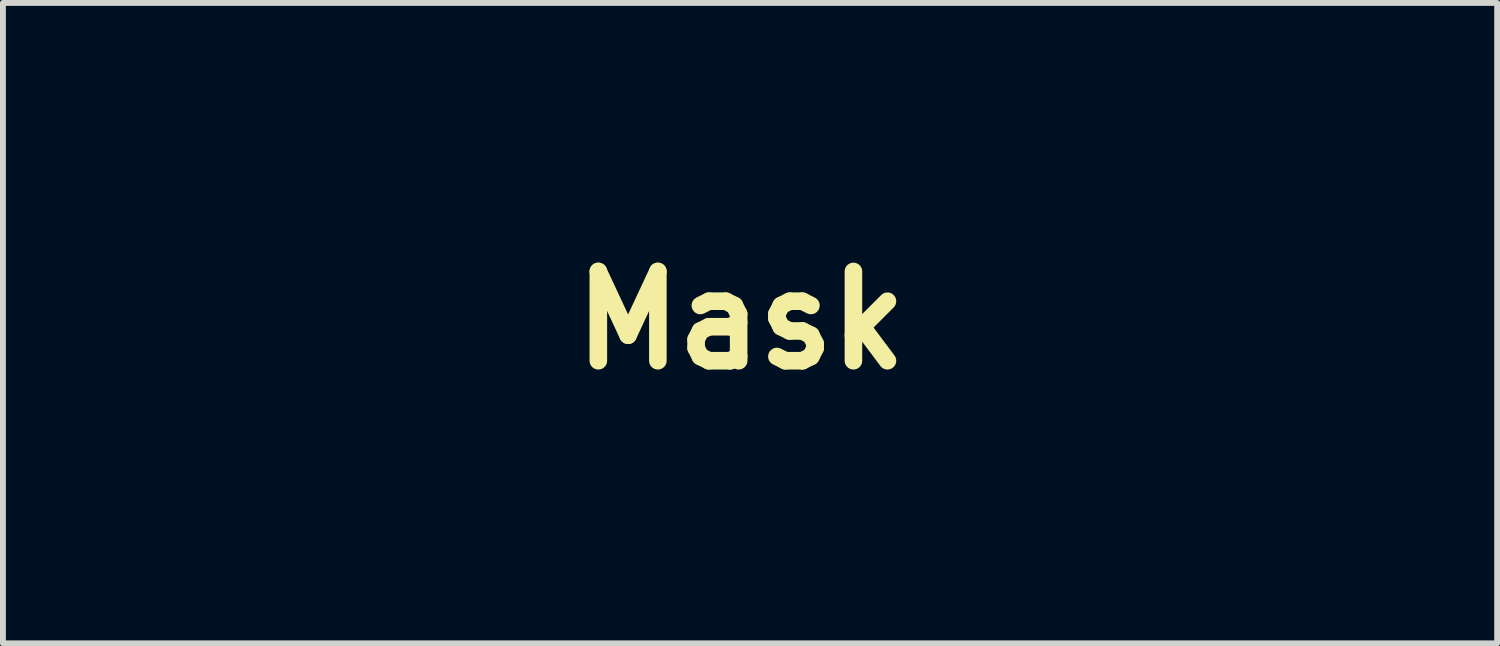
<source format=kicad_pcb>
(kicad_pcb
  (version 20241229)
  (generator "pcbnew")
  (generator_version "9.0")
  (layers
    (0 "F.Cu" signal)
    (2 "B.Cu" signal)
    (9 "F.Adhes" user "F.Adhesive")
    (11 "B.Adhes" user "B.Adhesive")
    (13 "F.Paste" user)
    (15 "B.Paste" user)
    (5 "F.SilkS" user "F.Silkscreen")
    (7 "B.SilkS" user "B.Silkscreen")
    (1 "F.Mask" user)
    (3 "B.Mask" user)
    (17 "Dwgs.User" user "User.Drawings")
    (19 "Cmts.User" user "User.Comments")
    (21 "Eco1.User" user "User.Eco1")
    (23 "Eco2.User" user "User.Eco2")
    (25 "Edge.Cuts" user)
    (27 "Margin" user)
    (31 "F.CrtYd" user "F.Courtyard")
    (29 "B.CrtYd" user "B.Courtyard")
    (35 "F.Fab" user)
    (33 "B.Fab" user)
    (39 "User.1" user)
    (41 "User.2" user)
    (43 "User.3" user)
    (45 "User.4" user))
  (footprint "Mask"
    (layer "F.Cu")
    (at 9.594 2.418)
    (property "Reference" "Mask" (at 0 0 0) (layer "F.SilkS") (effects (font (size 1.524 1.524) (thickness 0.3))))
    (attr through_hole)
    (fp_poly (pts (xy 9.906 2.508) (xy 9.017 2.508) (xy 9.017 -2.413) (xy 9.906 -2.413) (xy 9.906 2.508)) (stroke (width 0.01) (type solid)) (fill yes) (layer "F.Mask"))
    (fp_poly (pts (xy 7.898 0.675) (xy 8.792 1.286) (xy 8.793 1.754) (xy 8.793 1.918) (xy 8.792 2.057) (xy 8.791 2.159) (xy 8.788 2.215) (xy 8.787 2.221) (xy 8.76 2.203) (xy 8.687 2.151) (xy 8.571 2.068) (xy 8.418 1.958) (xy 8.231 1.825) (xy 8.016 1.671) (xy 7.777 1.499) (xy 7.518 1.314) (xy 7.311 1.165) (xy 7.041 0.971) (xy 6.787 0.787) (xy 6.554 0.618) (xy 6.346 0.466) (xy 6.168 0.335) (xy 6.024 0.228) (xy 5.919 0.149) (xy 5.857 0.101) (xy 5.843 0.087) (xy 5.873 0.08) (xy 5.956 0.073) (xy 6.083 0.068) (xy 6.244 0.065) (xy 6.424 0.064) (xy 7.005 0.064) (xy 7.898 0.675)) (stroke (width 0.01) (type solid)) (fill yes) (layer "F.Mask"))
    (fp_poly (pts (xy 8.775 -2.386) (xy 8.785 -2.356) (xy 8.791 -2.291) (xy 8.794 -2.183) (xy 8.794 -2.024) (xy 8.794 -1.934) (xy 8.794 -1.445) (xy 7.897 -0.754) (xy 7.001 -0.064) (xy 6.419 -0.064) (xy 6.229 -0.065) (xy 6.068 -0.069) (xy 5.945 -0.075) (xy 5.869 -0.083) (xy 5.847 -0.092) (xy 5.874 -0.116) (xy 5.946 -0.176) (xy 6.059 -0.267) (xy 6.208 -0.387) (xy 6.39 -0.531) (xy 6.599 -0.696) (xy 6.832 -0.879) (xy 7.082 -1.076) (xy 7.271 -1.223) (xy 7.534 -1.428) (xy 7.783 -1.622) (xy 8.013 -1.803) (xy 8.22 -1.965) (xy 8.399 -2.105) (xy 8.545 -2.22) (xy 8.654 -2.306) (xy 8.72 -2.359) (xy 8.739 -2.374) (xy 8.76 -2.389) (xy 8.775 -2.386)) (stroke (width 0.01) (type solid)) (fill yes) (layer "F.Mask"))
    (fp_poly (pts (xy 4.636 1.238) (xy 4.064 1.238) (xy 4.064 0.58) (xy 3.77 0.565) (xy 3.504 0.53) (xy 3.288 0.457) (xy 3.122 0.346) (xy 3.007 0.196) (xy 2.941 0.007) (xy 2.929 -0.16) (xy 3.493 -0.16) (xy 3.515 -0.029) (xy 3.585 0.066) (xy 3.704 0.126) (xy 3.876 0.154) (xy 3.929 0.156) (xy 4.064 0.159) (xy 4.064 -0.454) (xy 3.852 -0.434) (xy 3.686 -0.405) (xy 3.574 -0.353) (xy 3.512 -0.272) (xy 3.493 -0.16) (xy 2.929 -0.16) (xy 2.925 -0.221) (xy 2.926 -0.25) (xy 2.952 -0.43) (xy 3.014 -0.567) (xy 3.12 -0.674) (xy 3.267 -0.758) (xy 3.333 -0.787) (xy 3.395 -0.809) (xy 3.464 -0.825) (xy 3.551 -0.835) (xy 3.667 -0.842) (xy 3.824 -0.848) (xy 4.034 -0.852) (xy 4.04 -0.852) (xy 4.636 -0.863) (xy 4.636 1.238)) (stroke (width 0.01) (type solid)) (fill yes) (layer "F.Mask"))
    (fp_poly (pts (xy -5.547 -0.361) (xy -5.443 -0.319) (xy -5.39 -0.293) (xy -5.207 -0.2) (xy -5.207 -0.275) (xy -5.204 -0.312) (xy -5.185 -0.334) (xy -5.138 -0.345) (xy -5.05 -0.349) (xy -4.953 -0.349) (xy -4.699 -0.349) (xy -4.699 1.238) (xy -5.207 1.238) (xy -5.207 0.134) (xy -5.335 0.083) (xy -5.461 0.042) (xy -5.554 0.039) (xy -5.63 0.076) (xy -5.669 0.11) (xy -5.698 0.141) (xy -5.718 0.174) (xy -5.732 0.219) (xy -5.741 0.288) (xy -5.745 0.39) (xy -5.747 0.536) (xy -5.747 0.713) (xy -5.747 1.238) (xy -6.292 1.238) (xy -6.281 0.611) (xy -6.277 0.392) (xy -6.272 0.227) (xy -6.265 0.105) (xy -6.255 0.018) (xy -6.242 -0.045) (xy -6.224 -0.093) (xy -6.207 -0.124) (xy -6.112 -0.249) (xy -5.997 -0.327) (xy -5.846 -0.367) (xy -5.77 -0.374) (xy -5.645 -0.376) (xy -5.547 -0.361)) (stroke (width 0.01) (type solid)) (fill yes) (layer "F.Mask"))
    (fp_poly (pts (xy -0.616 -0.343) (xy -0.34 -0.333) (xy -0.175 0.141) (xy -0.113 0.32) (xy -0.066 0.447) (xy -0.03 0.522) (xy 0.003 0.543) (xy 0.037 0.51) (xy 0.079 0.421) (xy 0.133 0.276) (xy 0.206 0.073) (xy 0.206 0.071) (xy 0.358 -0.349) (xy 0.623 -0.349) (xy 0.75 -0.346) (xy 0.842 -0.336) (xy 0.887 -0.323) (xy 0.889 -0.318) (xy 0.878 -0.281) (xy 0.847 -0.193) (xy 0.798 -0.063) (xy 0.736 0.101) (xy 0.663 0.292) (xy 0.598 0.461) (xy 0.306 1.209) (xy 0.41 1.454) (xy 0.475 1.605) (xy 0.514 1.706) (xy 0.524 1.767) (xy 0.5 1.798) (xy 0.439 1.809) (xy 0.335 1.81) (xy 0.266 1.809) (xy -0.016 1.809) (xy -0.411 0.833) (xy -0.508 0.594) (xy -0.598 0.37) (xy -0.68 0.169) (xy -0.749 -0.002) (xy -0.803 -0.134) (xy -0.838 -0.221) (xy -0.849 -0.247) (xy -0.891 -0.352) (xy -0.616 -0.343)) (stroke (width 0.01) (type solid)) (fill yes) (layer "F.Mask"))
    (fp_poly (pts (xy -8.604 -0.349) (xy -8.509 -0.349) (xy -8.455 -0.346) (xy -8.426 -0.327) (xy -8.415 -0.276) (xy -8.414 -0.177) (xy -8.414 -0.175) (xy -8.415 -0.075) (xy -8.426 -0.023) (xy -8.454 -0.003) (xy -8.506 0) (xy -8.598 0) (xy -8.61 0.468) (xy -8.618 0.69) (xy -8.632 0.857) (xy -8.656 0.98) (xy -8.691 1.069) (xy -8.742 1.133) (xy -8.81 1.182) (xy -8.831 1.193) (xy -8.919 1.221) (xy -9.049 1.243) (xy -9.201 1.256) (xy -9.352 1.259) (xy -9.483 1.249) (xy -9.485 1.249) (xy -9.543 1.238) (xy -9.574 1.216) (xy -9.586 1.166) (xy -9.588 1.072) (xy -9.588 1.048) (xy -9.588 0.862) (xy -9.409 0.88) (xy -9.311 0.887) (xy -9.24 0.878) (xy -9.193 0.846) (xy -9.164 0.78) (xy -9.15 0.674) (xy -9.145 0.518) (xy -9.144 0.391) (xy -9.144 0) (xy -9.588 0) (xy -9.588 -0.349) (xy -9.144 -0.349) (xy -9.144 -0.794) (xy -8.604 -0.794) (xy -8.604 -0.349)) (stroke (width 0.01) (type solid)) (fill yes) (layer "F.Mask"))
    (fp_poly (pts (xy -7.319 -0.363) (xy -7.207 -0.354) (xy -7.124 -0.336) (xy -7.051 -0.306) (xy -7.033 -0.297) (xy -6.848 -0.164) (xy -6.714 0.006) (xy -6.633 0.21) (xy -6.606 0.445) (xy -6.627 0.676) (xy -6.691 0.864) (xy -6.801 1.015) (xy -6.961 1.135) (xy -7.013 1.164) (xy -7.101 1.204) (xy -7.185 1.23) (xy -7.283 1.246) (xy -7.414 1.255) (xy -7.521 1.259) (xy -7.731 1.259) (xy -7.902 1.246) (xy -8.005 1.226) (xy -8.099 1.196) (xy -8.17 1.17) (xy -8.188 1.161) (xy -8.205 1.123) (xy -8.217 1.044) (xy -8.223 0.947) (xy -8.222 0.849) (xy -8.214 0.771) (xy -8.199 0.732) (xy -8.195 0.73) (xy -8.154 0.743) (xy -8.073 0.775) (xy -7.987 0.813) (xy -7.876 0.858) (xy -7.779 0.881) (xy -7.667 0.887) (xy -7.572 0.884) (xy -7.402 0.863) (xy -7.281 0.816) (xy -7.198 0.736) (xy -7.147 0.631) (xy -7.115 0.54) (xy -8.263 0.54) (xy -8.248 0.307) (xy -8.236 0.222) (xy -7.738 0.222) (xy -7.441 0.222) (xy -7.301 0.221) (xy -7.214 0.216) (xy -7.166 0.205) (xy -7.147 0.185) (xy -7.144 0.164) (xy -7.173 0.082) (xy -7.248 0.011) (xy -7.354 -0.035) (xy -7.445 -0.048) (xy -7.581 -0.025) (xy -7.676 0.042) (xy -7.723 0.145) (xy -7.738 0.222) (xy -8.236 0.222) (xy -8.216 0.091) (xy -8.147 -0.08) (xy -8.036 -0.211) (xy -7.938 -0.281) (xy -7.865 -0.32) (xy -7.796 -0.345) (xy -7.713 -0.359) (xy -7.599 -0.364) (xy -7.477 -0.365) (xy -7.319 -0.363)) (stroke (width 0.01) (type solid)) (fill yes) (layer "F.Mask"))
    (fp_poly (pts (xy -1.663 -0.369) (xy -1.436 -0.323) (xy -1.252 -0.233) (xy -1.184 -0.178) (xy -1.114 -0.106) (xy -1.077 -0.034) (xy -1.058 0.066) (xy -1.055 0.101) (xy -1.059 0.264) (xy -1.104 0.394) (xy -1.194 0.497) (xy -1.336 0.576) (xy -1.533 0.638) (xy -1.607 0.654) (xy -1.768 0.69) (xy -1.875 0.722) (xy -1.938 0.754) (xy -1.965 0.79) (xy -1.968 0.812) (xy -1.94 0.864) (xy -1.864 0.898) (xy -1.752 0.913) (xy -1.618 0.909) (xy -1.473 0.886) (xy -1.331 0.844) (xy -1.257 0.812) (xy -1.139 0.757) (xy -1.067 0.737) (xy -1.031 0.757) (xy -1.02 0.823) (xy -1.022 0.943) (xy -1.022 0.945) (xy -1.032 1.159) (xy -1.159 1.202) (xy -1.26 1.225) (xy -1.405 1.243) (xy -1.573 1.254) (xy -1.746 1.258) (xy -1.903 1.255) (xy -2.027 1.243) (xy -2.069 1.234) (xy -2.229 1.163) (xy -2.359 1.053) (xy -2.449 0.918) (xy -2.494 0.768) (xy -2.484 0.617) (xy -2.481 0.606) (xy -2.438 0.501) (xy -2.373 0.419) (xy -2.278 0.353) (xy -2.142 0.298) (xy -1.958 0.249) (xy -1.834 0.222) (xy -1.725 0.194) (xy -1.637 0.16) (xy -1.601 0.136) (xy -1.573 0.083) (xy -1.597 0.039) (xy -1.662 0.007) (xy -1.757 -0.013) (xy -1.872 -0.018) (xy -1.995 -0.009) (xy -2.116 0.018) (xy -2.213 0.057) (xy -2.325 0.111) (xy -2.394 0.125) (xy -2.43 0.093) (xy -2.443 0.01) (xy -2.445 -0.078) (xy -2.445 -0.283) (xy -2.326 -0.318) (xy -2.237 -0.337) (xy -2.11 -0.355) (xy -1.967 -0.369) (xy -1.935 -0.371) (xy -1.663 -0.369)) (stroke (width 0.01) (type solid)) (fill yes) (layer "F.Mask"))
    (fp_poly (pts (xy 1.966 -0.374) (xy 2.144 -0.341) (xy 2.299 -0.273) (xy 2.388 -0.213) (xy 2.528 -0.07) (xy 2.627 0.108) (xy 2.683 0.308) (xy 2.695 0.515) (xy 2.661 0.718) (xy 2.579 0.9) (xy 2.522 0.978) (xy 2.406 1.091) (xy 2.274 1.172) (xy 2.114 1.224) (xy 1.913 1.252) (xy 1.778 1.259) (xy 1.544 1.259) (xy 1.365 1.241) (xy 1.286 1.224) (xy 1.191 1.197) (xy 1.123 1.18) (xy 1.103 1.176) (xy 1.092 1.147) (xy 1.084 1.074) (xy 1.08 0.978) (xy 1.081 0.876) (xy 1.086 0.79) (xy 1.095 0.737) (xy 1.101 0.73) (xy 1.14 0.743) (xy 1.215 0.776) (xy 1.268 0.801) (xy 1.401 0.848) (xy 1.561 0.877) (xy 1.724 0.887) (xy 1.866 0.876) (xy 1.938 0.857) (xy 2.036 0.796) (xy 2.114 0.712) (xy 2.156 0.624) (xy 2.159 0.599) (xy 2.155 0.578) (xy 2.138 0.562) (xy 2.1 0.552) (xy 2.031 0.545) (xy 1.922 0.541) (xy 1.766 0.54) (xy 1.599 0.54) (xy 1.04 0.54) (xy 1.054 0.285) (xy 1.063 0.179) (xy 1.556 0.179) (xy 1.57 0.2) (xy 1.62 0.213) (xy 1.715 0.22) (xy 1.857 0.222) (xy 2.012 0.219) (xy 2.113 0.209) (xy 2.157 0.193) (xy 2.159 0.188) (xy 2.13 0.101) (xy 2.055 0.025) (xy 1.952 -0.03) (xy 1.838 -0.053) (xy 1.775 -0.047) (xy 1.692 -0.008) (xy 1.615 0.061) (xy 1.565 0.139) (xy 1.556 0.179) (xy 1.063 0.179) (xy 1.066 0.145) (xy 1.085 0.047) (xy 1.117 -0.031) (xy 1.162 -0.102) (xy 1.277 -0.229) (xy 1.419 -0.314) (xy 1.599 -0.362) (xy 1.747 -0.376) (xy 1.966 -0.374)) (stroke (width 0.01) (type solid)) (fill yes) (layer "F.Mask"))
    (fp_poly (pts (xy -3.296 -0.363) (xy -3.143 -0.358) (xy -3.02 -0.349) (xy -2.945 -0.34) (xy -2.826 -0.315) (xy -2.826 -0.126) (xy -2.829 -0.021) (xy -2.845 0.04) (xy -2.886 0.062) (xy -2.964 0.052) (xy -3.091 0.016) (xy -3.093 0.016) (xy -3.267 -0.021) (xy -3.431 -0.027) (xy -3.572 -0.002) (xy -3.675 0.051) (xy -3.718 0.101) (xy -3.74 0.155) (xy -3.74 0.176) (xy -3.705 0.185) (xy -3.621 0.198) (xy -3.504 0.213) (xy -3.427 0.222) (xy -3.175 0.265) (xy -2.98 0.331) (xy -2.838 0.424) (xy -2.747 0.544) (xy -2.704 0.696) (xy -2.699 0.778) (xy -2.725 0.955) (xy -2.803 1.097) (xy -2.927 1.198) (xy -3.093 1.257) (xy -3.241 1.27) (xy -3.423 1.249) (xy -3.574 1.191) (xy -3.662 1.147) (xy -3.722 1.118) (xy -3.739 1.111) (xy -3.745 1.138) (xy -3.747 1.175) (xy -3.752 1.206) (xy -3.776 1.225) (xy -3.832 1.235) (xy -3.933 1.238) (xy -4.002 1.238) (xy -4.258 1.238) (xy -4.25 0.667) (xy -3.747 0.667) (xy -3.743 0.764) (xy -3.727 0.819) (xy -3.686 0.853) (xy -3.643 0.873) (xy -3.498 0.915) (xy -3.37 0.91) (xy -3.272 0.859) (xy -3.268 0.855) (xy -3.226 0.793) (xy -3.22 0.741) (xy -3.237 0.682) (xy -3.239 0.665) (xy -3.268 0.626) (xy -3.345 0.586) (xy -3.454 0.551) (xy -3.58 0.527) (xy -3.747 0.506) (xy -3.747 0.667) (xy -4.25 0.667) (xy -4.248 0.59) (xy -4.245 0.369) (xy -4.24 0.202) (xy -4.234 0.08) (xy -4.226 -0.006) (xy -4.214 -0.066) (xy -4.198 -0.109) (xy -4.176 -0.144) (xy -4.173 -0.149) (xy -4.098 -0.233) (xy -4.008 -0.293) (xy -3.893 -0.333) (xy -3.74 -0.356) (xy -3.539 -0.365) (xy -3.461 -0.365) (xy -3.296 -0.363)) (stroke (width 0.01) (type solid)) (fill yes) (layer "F.Mask")))
  (gr_rect
    (start -3 -3)
    (end 22.505 7.931)
    (stroke (width 0.1) (type default))
    (fill no)
    (layer "Edge.Cuts")))
</source>
